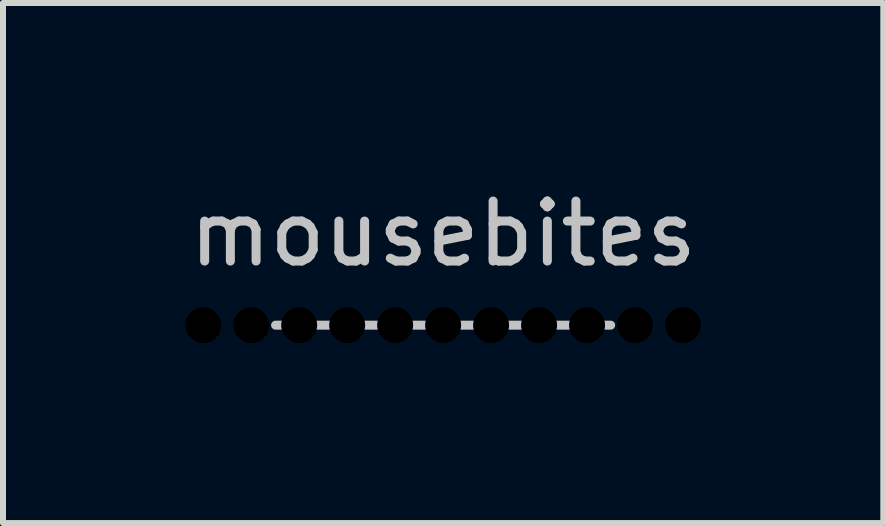
<source format=kicad_pcb>
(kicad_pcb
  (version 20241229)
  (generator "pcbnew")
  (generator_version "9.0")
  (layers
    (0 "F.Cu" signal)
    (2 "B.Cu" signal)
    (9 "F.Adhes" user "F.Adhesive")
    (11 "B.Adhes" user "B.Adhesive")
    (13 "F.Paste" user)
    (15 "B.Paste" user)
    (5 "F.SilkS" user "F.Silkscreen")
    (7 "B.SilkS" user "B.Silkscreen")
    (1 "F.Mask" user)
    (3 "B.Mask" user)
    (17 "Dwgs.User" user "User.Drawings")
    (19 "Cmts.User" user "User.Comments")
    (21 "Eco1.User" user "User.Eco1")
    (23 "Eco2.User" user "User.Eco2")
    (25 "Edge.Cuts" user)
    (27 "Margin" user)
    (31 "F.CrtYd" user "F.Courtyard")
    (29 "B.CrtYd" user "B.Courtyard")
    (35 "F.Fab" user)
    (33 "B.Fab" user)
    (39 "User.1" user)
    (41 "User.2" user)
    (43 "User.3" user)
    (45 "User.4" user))
  (footprint "mousebites"
    (layer "F.Cu")
    (at 4.339 2.372)
    (property "Reference" "mousebites" (at 0 -1.524 0) (layer "Dwgs.User") (effects (font (size 1 1) (thickness 0.15))))
    (attr exclude_from_pos_files exclude_from_bom)
    (fp_line (start -2.794 0) (end 2.794 0) (stroke (width 0.15) (type solid)) (layer "Dwgs.User"))
    (pad "" np_thru_hole circle (at -4 0) (size 0.6 0.6) (drill 0.6) (layers "*.Mask"))
    (pad "" np_thru_hole circle (at -3.2 0) (size 0.6 0.6) (drill 0.6) (layers "*.Mask"))
    (pad "" np_thru_hole circle (at -2.4 0) (size 0.6 0.6) (drill 0.6) (layers "*.Mask"))
    (pad "" np_thru_hole circle (at -1.6 0) (size 0.6 0.6) (drill 0.6) (layers "*.Mask"))
    (pad "" np_thru_hole circle (at -0.8 0) (size 0.6 0.6) (drill 0.6) (layers "*.Mask"))
    (pad "" np_thru_hole circle (at 0 0) (size 0.6 0.6) (drill 0.6) (layers "*.Mask"))
    (pad "" np_thru_hole circle (at 0.8 0) (size 0.6 0.6) (drill 0.6) (layers "*.Mask"))
    (pad "" np_thru_hole circle (at 1.6 0) (size 0.6 0.6) (drill 0.6) (layers "*.Mask"))
    (pad "" np_thru_hole circle (at 2.4 0) (size 0.6 0.6) (drill 0.6) (layers "*.Mask"))
    (pad "" np_thru_hole circle (at 3.2 0) (size 0.6 0.6) (drill 0.6) (layers "*.Mask"))
    (pad "" np_thru_hole circle (at 4 0) (size 0.6 0.6) (drill 0.6) (layers "*.Mask")))
  (gr_rect
    (start -3 -3)
    (end 11.679 5.672)
    (stroke (width 0.1) (type default))
    (fill no)
    (layer "Edge.Cuts")))
</source>
